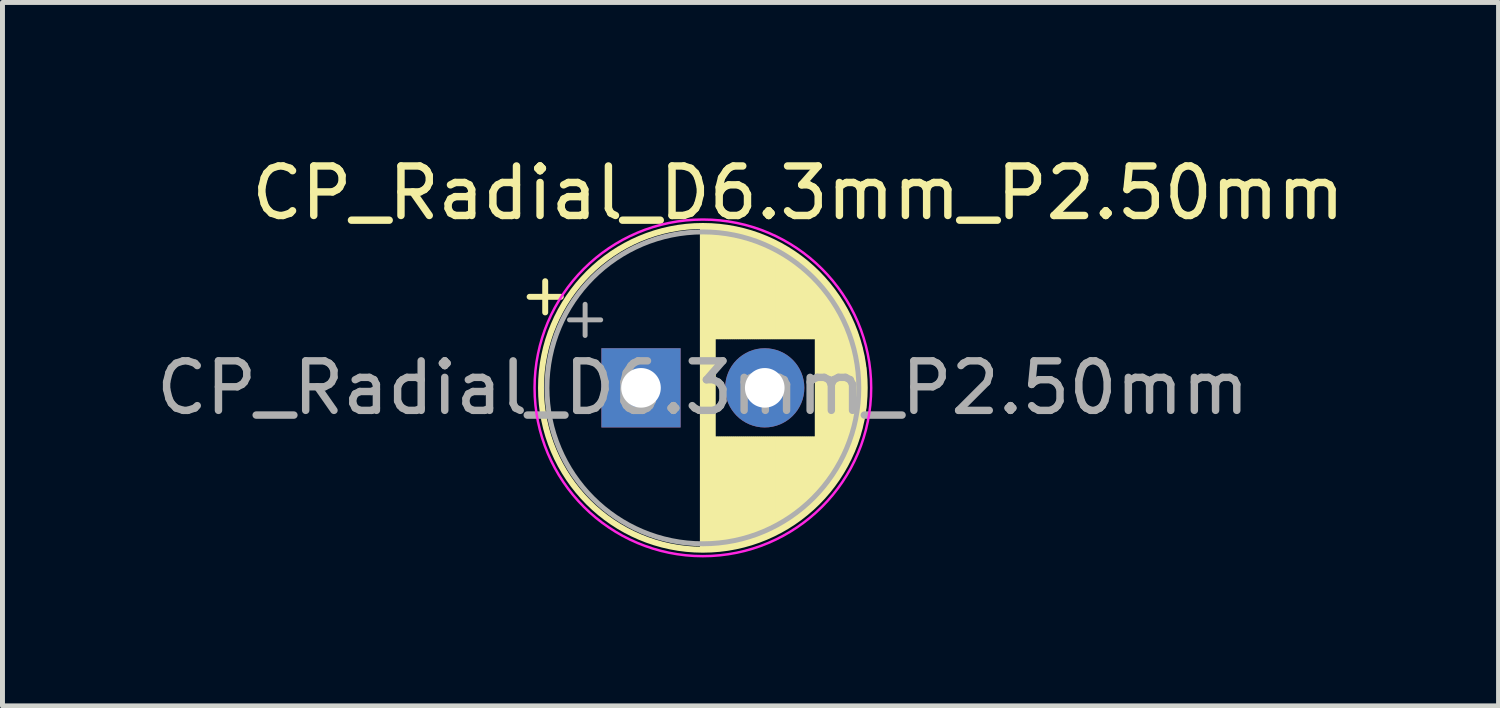
<source format=kicad_pcb>
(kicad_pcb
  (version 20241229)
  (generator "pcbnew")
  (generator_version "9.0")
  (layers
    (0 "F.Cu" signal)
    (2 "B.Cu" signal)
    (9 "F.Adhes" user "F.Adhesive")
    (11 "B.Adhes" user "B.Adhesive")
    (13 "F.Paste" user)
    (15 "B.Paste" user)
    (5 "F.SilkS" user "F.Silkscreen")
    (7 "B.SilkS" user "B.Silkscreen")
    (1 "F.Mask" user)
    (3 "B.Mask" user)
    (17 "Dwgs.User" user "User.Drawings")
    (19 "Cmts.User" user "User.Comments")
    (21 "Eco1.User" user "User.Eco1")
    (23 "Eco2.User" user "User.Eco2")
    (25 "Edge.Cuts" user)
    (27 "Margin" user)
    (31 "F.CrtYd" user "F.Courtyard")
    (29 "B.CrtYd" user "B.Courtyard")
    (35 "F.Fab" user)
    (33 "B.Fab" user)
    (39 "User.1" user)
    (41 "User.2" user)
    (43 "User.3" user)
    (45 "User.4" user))
  (footprint "CP_Radial_D6.3mm_P2.50mm"
    (layer "F.Cu")
    (at 9.899 4.785)
    (property "Reference" "CP_Radial_D6.3mm_P2.50mm" (at 3.175 -3.937 0) (layer "F.SilkS") (effects (font (size 1 1) (thickness 0.15))))
    (attr through_hole)
    (fp_line (start -2.25 -1.839) (end -1.62 -1.839) (stroke (width 0.12) (type solid)) (layer "F.SilkS"))
    (fp_line (start -1.935 -2.154) (end -1.935 -1.524) (stroke (width 0.12) (type solid)) (layer "F.SilkS"))
    (fp_line (start 1.25 -3.23) (end 1.25 3.23) (stroke (width 0.12) (type solid)) (layer "F.SilkS"))
    (fp_line (start 1.29 -3.23) (end 1.29 3.23) (stroke (width 0.12) (type solid)) (layer "F.SilkS"))
    (fp_line (start 1.33 -3.23) (end 1.33 3.23) (stroke (width 0.12) (type solid)) (layer "F.SilkS"))
    (fp_line (start 1.37 -3.228) (end 1.37 3.228) (stroke (width 0.12) (type solid)) (layer "F.SilkS"))
    (fp_line (start 1.41 -3.227) (end 1.41 3.227) (stroke (width 0.12) (type solid)) (layer "F.SilkS"))
    (fp_line (start 1.45 -3.224) (end 1.45 3.224) (stroke (width 0.12) (type solid)) (layer "F.SilkS"))
    (fp_line (start 1.49 -3.222) (end 1.49 -1.04) (stroke (width 0.12) (type solid)) (layer "F.SilkS"))
    (fp_line (start 1.49 1.04) (end 1.49 3.222) (stroke (width 0.12) (type solid)) (layer "F.SilkS"))
    (fp_line (start 1.53 -3.218) (end 1.53 -1.04) (stroke (width 0.12) (type solid)) (layer "F.SilkS"))
    (fp_line (start 1.53 1.04) (end 1.53 3.218) (stroke (width 0.12) (type solid)) (layer "F.SilkS"))
    (fp_line (start 1.57 -3.215) (end 1.57 -1.04) (stroke (width 0.12) (type solid)) (layer "F.SilkS"))
    (fp_line (start 1.57 1.04) (end 1.57 3.215) (stroke (width 0.12) (type solid)) (layer "F.SilkS"))
    (fp_line (start 1.61 -3.211) (end 1.61 -1.04) (stroke (width 0.12) (type solid)) (layer "F.SilkS"))
    (fp_line (start 1.61 1.04) (end 1.61 3.211) (stroke (width 0.12) (type solid)) (layer "F.SilkS"))
    (fp_line (start 1.65 -3.206) (end 1.65 -1.04) (stroke (width 0.12) (type solid)) (layer "F.SilkS"))
    (fp_line (start 1.65 1.04) (end 1.65 3.206) (stroke (width 0.12) (type solid)) (layer "F.SilkS"))
    (fp_line (start 1.69 -3.201) (end 1.69 -1.04) (stroke (width 0.12) (type solid)) (layer "F.SilkS"))
    (fp_line (start 1.69 1.04) (end 1.69 3.201) (stroke (width 0.12) (type solid)) (layer "F.SilkS"))
    (fp_line (start 1.73 -3.195) (end 1.73 -1.04) (stroke (width 0.12) (type solid)) (layer "F.SilkS"))
    (fp_line (start 1.73 1.04) (end 1.73 3.195) (stroke (width 0.12) (type solid)) (layer "F.SilkS"))
    (fp_line (start 1.77 -3.189) (end 1.77 -1.04) (stroke (width 0.12) (type solid)) (layer "F.SilkS"))
    (fp_line (start 1.77 1.04) (end 1.77 3.189) (stroke (width 0.12) (type solid)) (layer "F.SilkS"))
    (fp_line (start 1.81 -3.182) (end 1.81 -1.04) (stroke (width 0.12) (type solid)) (layer "F.SilkS"))
    (fp_line (start 1.81 1.04) (end 1.81 3.182) (stroke (width 0.12) (type solid)) (layer "F.SilkS"))
    (fp_line (start 1.85 -3.175) (end 1.85 -1.04) (stroke (width 0.12) (type solid)) (layer "F.SilkS"))
    (fp_line (start 1.85 1.04) (end 1.85 3.175) (stroke (width 0.12) (type solid)) (layer "F.SilkS"))
    (fp_line (start 1.89 -3.167) (end 1.89 -1.04) (stroke (width 0.12) (type solid)) (layer "F.SilkS"))
    (fp_line (start 1.89 1.04) (end 1.89 3.167) (stroke (width 0.12) (type solid)) (layer "F.SilkS"))
    (fp_line (start 1.93 -3.159) (end 1.93 -1.04) (stroke (width 0.12) (type solid)) (layer "F.SilkS"))
    (fp_line (start 1.93 1.04) (end 1.93 3.159) (stroke (width 0.12) (type solid)) (layer "F.SilkS"))
    (fp_line (start 1.971 -3.15) (end 1.971 -1.04) (stroke (width 0.12) (type solid)) (layer "F.SilkS"))
    (fp_line (start 1.971 1.04) (end 1.971 3.15) (stroke (width 0.12) (type solid)) (layer "F.SilkS"))
    (fp_line (start 2.011 -3.141) (end 2.011 -1.04) (stroke (width 0.12) (type solid)) (layer "F.SilkS"))
    (fp_line (start 2.011 1.04) (end 2.011 3.141) (stroke (width 0.12) (type solid)) (layer "F.SilkS"))
    (fp_line (start 2.051 -3.131) (end 2.051 -1.04) (stroke (width 0.12) (type solid)) (layer "F.SilkS"))
    (fp_line (start 2.051 1.04) (end 2.051 3.131) (stroke (width 0.12) (type solid)) (layer "F.SilkS"))
    (fp_line (start 2.091 -3.121) (end 2.091 -1.04) (stroke (width 0.12) (type solid)) (layer "F.SilkS"))
    (fp_line (start 2.091 1.04) (end 2.091 3.121) (stroke (width 0.12) (type solid)) (layer "F.SilkS"))
    (fp_line (start 2.131 -3.11) (end 2.131 -1.04) (stroke (width 0.12) (type solid)) (layer "F.SilkS"))
    (fp_line (start 2.131 1.04) (end 2.131 3.11) (stroke (width 0.12) (type solid)) (layer "F.SilkS"))
    (fp_line (start 2.171 -3.098) (end 2.171 -1.04) (stroke (width 0.12) (type solid)) (layer "F.SilkS"))
    (fp_line (start 2.171 1.04) (end 2.171 3.098) (stroke (width 0.12) (type solid)) (layer "F.SilkS"))
    (fp_line (start 2.211 -3.086) (end 2.211 -1.04) (stroke (width 0.12) (type solid)) (layer "F.SilkS"))
    (fp_line (start 2.211 1.04) (end 2.211 3.086) (stroke (width 0.12) (type solid)) (layer "F.SilkS"))
    (fp_line (start 2.251 -3.074) (end 2.251 -1.04) (stroke (width 0.12) (type solid)) (layer "F.SilkS"))
    (fp_line (start 2.251 1.04) (end 2.251 3.074) (stroke (width 0.12) (type solid)) (layer "F.SilkS"))
    (fp_line (start 2.291 -3.061) (end 2.291 -1.04) (stroke (width 0.12) (type solid)) (layer "F.SilkS"))
    (fp_line (start 2.291 1.04) (end 2.291 3.061) (stroke (width 0.12) (type solid)) (layer "F.SilkS"))
    (fp_line (start 2.331 -3.047) (end 2.331 -1.04) (stroke (width 0.12) (type solid)) (layer "F.SilkS"))
    (fp_line (start 2.331 1.04) (end 2.331 3.047) (stroke (width 0.12) (type solid)) (layer "F.SilkS"))
    (fp_line (start 2.371 -3.033) (end 2.371 -1.04) (stroke (width 0.12) (type solid)) (layer "F.SilkS"))
    (fp_line (start 2.371 1.04) (end 2.371 3.033) (stroke (width 0.12) (type solid)) (layer "F.SilkS"))
    (fp_line (start 2.411 -3.018) (end 2.411 -1.04) (stroke (width 0.12) (type solid)) (layer "F.SilkS"))
    (fp_line (start 2.411 1.04) (end 2.411 3.018) (stroke (width 0.12) (type solid)) (layer "F.SilkS"))
    (fp_line (start 2.451 -3.002) (end 2.451 -1.04) (stroke (width 0.12) (type solid)) (layer "F.SilkS"))
    (fp_line (start 2.451 1.04) (end 2.451 3.002) (stroke (width 0.12) (type solid)) (layer "F.SilkS"))
    (fp_line (start 2.491 -2.986) (end 2.491 -1.04) (stroke (width 0.12) (type solid)) (layer "F.SilkS"))
    (fp_line (start 2.491 1.04) (end 2.491 2.986) (stroke (width 0.12) (type solid)) (layer "F.SilkS"))
    (fp_line (start 2.531 -2.97) (end 2.531 -1.04) (stroke (width 0.12) (type solid)) (layer "F.SilkS"))
    (fp_line (start 2.531 1.04) (end 2.531 2.97) (stroke (width 0.12) (type solid)) (layer "F.SilkS"))
    (fp_line (start 2.571 -2.952) (end 2.571 -1.04) (stroke (width 0.12) (type solid)) (layer "F.SilkS"))
    (fp_line (start 2.571 1.04) (end 2.571 2.952) (stroke (width 0.12) (type solid)) (layer "F.SilkS"))
    (fp_line (start 2.611 -2.934) (end 2.611 -1.04) (stroke (width 0.12) (type solid)) (layer "F.SilkS"))
    (fp_line (start 2.611 1.04) (end 2.611 2.934) (stroke (width 0.12) (type solid)) (layer "F.SilkS"))
    (fp_line (start 2.651 -2.916) (end 2.651 -1.04) (stroke (width 0.12) (type solid)) (layer "F.SilkS"))
    (fp_line (start 2.651 1.04) (end 2.651 2.916) (stroke (width 0.12) (type solid)) (layer "F.SilkS"))
    (fp_line (start 2.691 -2.896) (end 2.691 -1.04) (stroke (width 0.12) (type solid)) (layer "F.SilkS"))
    (fp_line (start 2.691 1.04) (end 2.691 2.896) (stroke (width 0.12) (type solid)) (layer "F.SilkS"))
    (fp_line (start 2.731 -2.876) (end 2.731 -1.04) (stroke (width 0.12) (type solid)) (layer "F.SilkS"))
    (fp_line (start 2.731 1.04) (end 2.731 2.876) (stroke (width 0.12) (type solid)) (layer "F.SilkS"))
    (fp_line (start 2.771 -2.856) (end 2.771 -1.04) (stroke (width 0.12) (type solid)) (layer "F.SilkS"))
    (fp_line (start 2.771 1.04) (end 2.771 2.856) (stroke (width 0.12) (type solid)) (layer "F.SilkS"))
    (fp_line (start 2.811 -2.834) (end 2.811 -1.04) (stroke (width 0.12) (type solid)) (layer "F.SilkS"))
    (fp_line (start 2.811 1.04) (end 2.811 2.834) (stroke (width 0.12) (type solid)) (layer "F.SilkS"))
    (fp_line (start 2.851 -2.812) (end 2.851 -1.04) (stroke (width 0.12) (type solid)) (layer "F.SilkS"))
    (fp_line (start 2.851 1.04) (end 2.851 2.812) (stroke (width 0.12) (type solid)) (layer "F.SilkS"))
    (fp_line (start 2.891 -2.79) (end 2.891 -1.04) (stroke (width 0.12) (type solid)) (layer "F.SilkS"))
    (fp_line (start 2.891 1.04) (end 2.891 2.79) (stroke (width 0.12) (type solid)) (layer "F.SilkS"))
    (fp_line (start 2.931 -2.766) (end 2.931 -1.04) (stroke (width 0.12) (type solid)) (layer "F.SilkS"))
    (fp_line (start 2.931 1.04) (end 2.931 2.766) (stroke (width 0.12) (type solid)) (layer "F.SilkS"))
    (fp_line (start 2.971 -2.742) (end 2.971 -1.04) (stroke (width 0.12) (type solid)) (layer "F.SilkS"))
    (fp_line (start 2.971 1.04) (end 2.971 2.742) (stroke (width 0.12) (type solid)) (layer "F.SilkS"))
    (fp_line (start 3.011 -2.716) (end 3.011 -1.04) (stroke (width 0.12) (type solid)) (layer "F.SilkS"))
    (fp_line (start 3.011 1.04) (end 3.011 2.716) (stroke (width 0.12) (type solid)) (layer "F.SilkS"))
    (fp_line (start 3.051 -2.69) (end 3.051 -1.04) (stroke (width 0.12) (type solid)) (layer "F.SilkS"))
    (fp_line (start 3.051 1.04) (end 3.051 2.69) (stroke (width 0.12) (type solid)) (layer "F.SilkS"))
    (fp_line (start 3.091 -2.664) (end 3.091 -1.04) (stroke (width 0.12) (type solid)) (layer "F.SilkS"))
    (fp_line (start 3.091 1.04) (end 3.091 2.664) (stroke (width 0.12) (type solid)) (layer "F.SilkS"))
    (fp_line (start 3.131 -2.636) (end 3.131 -1.04) (stroke (width 0.12) (type solid)) (layer "F.SilkS"))
    (fp_line (start 3.131 1.04) (end 3.131 2.636) (stroke (width 0.12) (type solid)) (layer "F.SilkS"))
    (fp_line (start 3.171 -2.607) (end 3.171 -1.04) (stroke (width 0.12) (type solid)) (layer "F.SilkS"))
    (fp_line (start 3.171 1.04) (end 3.171 2.607) (stroke (width 0.12) (type solid)) (layer "F.SilkS"))
    (fp_line (start 3.211 -2.578) (end 3.211 -1.04) (stroke (width 0.12) (type solid)) (layer "F.SilkS"))
    (fp_line (start 3.211 1.04) (end 3.211 2.578) (stroke (width 0.12) (type solid)) (layer "F.SilkS"))
    (fp_line (start 3.251 -2.548) (end 3.251 -1.04) (stroke (width 0.12) (type solid)) (layer "F.SilkS"))
    (fp_line (start 3.251 1.04) (end 3.251 2.548) (stroke (width 0.12) (type solid)) (layer "F.SilkS"))
    (fp_line (start 3.291 -2.516) (end 3.291 -1.04) (stroke (width 0.12) (type solid)) (layer "F.SilkS"))
    (fp_line (start 3.291 1.04) (end 3.291 2.516) (stroke (width 0.12) (type solid)) (layer "F.SilkS"))
    (fp_line (start 3.331 -2.484) (end 3.331 -1.04) (stroke (width 0.12) (type solid)) (layer "F.SilkS"))
    (fp_line (start 3.331 1.04) (end 3.331 2.484) (stroke (width 0.12) (type solid)) (layer "F.SilkS"))
    (fp_line (start 3.371 -2.45) (end 3.371 -1.04) (stroke (width 0.12) (type solid)) (layer "F.SilkS"))
    (fp_line (start 3.371 1.04) (end 3.371 2.45) (stroke (width 0.12) (type solid)) (layer "F.SilkS"))
    (fp_line (start 3.411 -2.416) (end 3.411 -1.04) (stroke (width 0.12) (type solid)) (layer "F.SilkS"))
    (fp_line (start 3.411 1.04) (end 3.411 2.416) (stroke (width 0.12) (type solid)) (layer "F.SilkS"))
    (fp_line (start 3.451 -2.38) (end 3.451 -1.04) (stroke (width 0.12) (type solid)) (layer "F.SilkS"))
    (fp_line (start 3.451 1.04) (end 3.451 2.38) (stroke (width 0.12) (type solid)) (layer "F.SilkS"))
    (fp_line (start 3.491 -2.343) (end 3.491 -1.04) (stroke (width 0.12) (type solid)) (layer "F.SilkS"))
    (fp_line (start 3.491 1.04) (end 3.491 2.343) (stroke (width 0.12) (type solid)) (layer "F.SilkS"))
    (fp_line (start 3.531 -2.305) (end 3.531 -1.04) (stroke (width 0.12) (type solid)) (layer "F.SilkS"))
    (fp_line (start 3.531 1.04) (end 3.531 2.305) (stroke (width 0.12) (type solid)) (layer "F.SilkS"))
    (fp_line (start 3.571 -2.265) (end 3.571 2.265) (stroke (width 0.12) (type solid)) (layer "F.SilkS"))
    (fp_line (start 3.611 -2.224) (end 3.611 2.224) (stroke (width 0.12) (type solid)) (layer "F.SilkS"))
    (fp_line (start 3.651 -2.182) (end 3.651 2.182) (stroke (width 0.12) (type solid)) (layer "F.SilkS"))
    (fp_line (start 3.691 -2.137) (end 3.691 2.137) (stroke (width 0.12) (type solid)) (layer "F.SilkS"))
    (fp_line (start 3.731 -2.092) (end 3.731 2.092) (stroke (width 0.12) (type solid)) (layer "F.SilkS"))
    (fp_line (start 3.771 -2.044) (end 3.771 2.044) (stroke (width 0.12) (type solid)) (layer "F.SilkS"))
    (fp_line (start 3.811 -1.995) (end 3.811 1.995) (stroke (width 0.12) (type solid)) (layer "F.SilkS"))
    (fp_line (start 3.851 -1.944) (end 3.851 1.944) (stroke (width 0.12) (type solid)) (layer "F.SilkS"))
    (fp_line (start 3.891 -1.89) (end 3.891 1.89) (stroke (width 0.12) (type solid)) (layer "F.SilkS"))
    (fp_line (start 3.931 -1.834) (end 3.931 1.834) (stroke (width 0.12) (type solid)) (layer "F.SilkS"))
    (fp_line (start 3.971 -1.776) (end 3.971 1.776) (stroke (width 0.12) (type solid)) (layer "F.SilkS"))
    (fp_line (start 4.011 -1.714) (end 4.011 1.714) (stroke (width 0.12) (type solid)) (layer "F.SilkS"))
    (fp_line (start 4.051 -1.65) (end 4.051 1.65) (stroke (width 0.12) (type solid)) (layer "F.SilkS"))
    (fp_line (start 4.091 -1.581) (end 4.091 1.581) (stroke (width 0.12) (type solid)) (layer "F.SilkS"))
    (fp_line (start 4.131 -1.509) (end 4.131 1.509) (stroke (width 0.12) (type solid)) (layer "F.SilkS"))
    (fp_line (start 4.171 -1.432) (end 4.171 1.432) (stroke (width 0.12) (type solid)) (layer "F.SilkS"))
    (fp_line (start 4.211 -1.35) (end 4.211 1.35) (stroke (width 0.12) (type solid)) (layer "F.SilkS"))
    (fp_line (start 4.251 -1.262) (end 4.251 1.262) (stroke (width 0.12) (type solid)) (layer "F.SilkS"))
    (fp_line (start 4.291 -1.165) (end 4.291 1.165) (stroke (width 0.12) (type solid)) (layer "F.SilkS"))
    (fp_line (start 4.331 -1.059) (end 4.331 1.059) (stroke (width 0.12) (type solid)) (layer "F.SilkS"))
    (fp_line (start 4.371 -0.94) (end 4.371 0.94) (stroke (width 0.12) (type solid)) (layer "F.SilkS"))
    (fp_line (start 4.411 -0.802) (end 4.411 0.802) (stroke (width 0.12) (type solid)) (layer "F.SilkS"))
    (fp_line (start 4.451 -0.633) (end 4.451 0.633) (stroke (width 0.12) (type solid)) (layer "F.SilkS"))
    (fp_line (start 4.491 -0.402) (end 4.491 0.402) (stroke (width 0.12) (type solid)) (layer "F.SilkS"))
    (fp_circle (center 1.25 0) (end 4.52 0) (stroke (width 0.12) (type solid)) (fill no) (layer "F.SilkS"))
    (fp_circle (center 1.25 0) (end 4.65 0) (stroke (width 0.05) (type solid)) (fill no) (layer "F.CrtYd"))
    (fp_line (start -1.444 -1.373) (end -0.814 -1.373) (stroke (width 0.1) (type solid)) (layer "F.Fab"))
    (fp_line (start -1.129 -1.688) (end -1.129 -1.058) (stroke (width 0.1) (type solid)) (layer "F.Fab"))
    (fp_circle (center 1.25 0) (end 4.4 0) (stroke (width 0.1) (type solid)) (fill no) (layer "F.Fab"))
    (fp_text user "${REFERENCE}" (at 1.25 0 0) (layer "F.Fab") (effects (font (size 1 1) (thickness 0.15))))
    (pad "1" thru_hole rect (at 0 0) (size 1.6 1.6) (drill 0.8) (layers "*.Cu" "*.Mask"))
    (pad "2" thru_hole circle (at 2.5 0) (size 1.6 1.6) (drill 0.8) (layers "*.Cu" "*.Mask")))
  (gr_rect
    (start -3 -3)
    (end 27.223 11.21)
    (stroke (width 0.1) (type default))
    (fill no)
    (layer "Edge.Cuts")))
</source>
